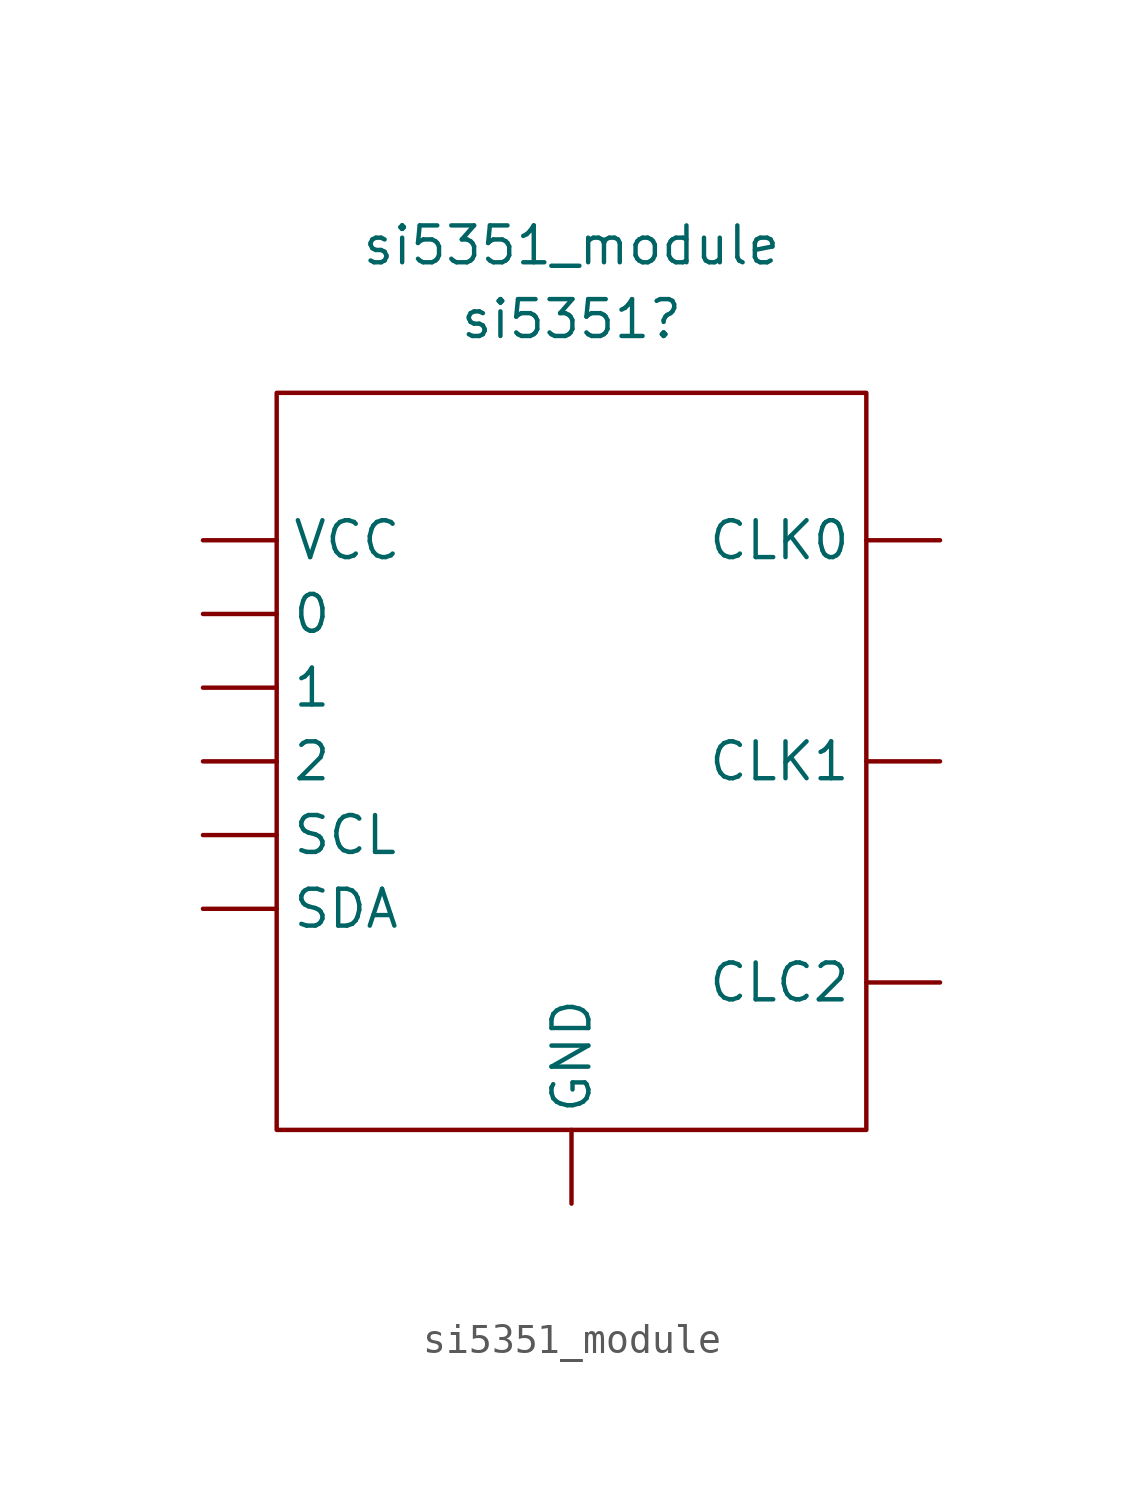
<source format=kicad_sym>
(kicad_symbol_lib
  (version 20211014)
  (generator kicad_symbol_editor)
  (symbol "si5351_module"
    (property "Reference" "si5351"
      (at -2.54 17.78 0)
      (effects (font (size 1.27 1.27))))
    (property "Value" "si5351_module"
      (at -2.54 20.32 0)
      (effects (font (size 1.27 1.27))))
    (symbol "si5351_module_0_1"
      (rectangle (start -12.7 15.24) (end 7.62 -10.16) (stroke (width 0) (type default) (color 0 0 0 0)) (fill (type none))))
    (symbol "si5351_module_1_1"
      (pin bidirectional line (at -15.24 7.62 0) (length 2.54) (name "0" (effects (font (size 1.27 1.27)))) (number "" (effects (font (size 1.27 1.27)))))
      (pin bidirectional line (at -15.24 5.08 0) (length 2.54) (name "1" (effects (font (size 1.27 1.27)))) (number "" (effects (font (size 1.27 1.27)))))
      (pin bidirectional line (at -15.24 2.54 0) (length 2.54) (name "2" (effects (font (size 1.27 1.27)))) (number "" (effects (font (size 1.27 1.27)))))
      (pin output line (at 10.16 -5.08 180) (length 2.54) (name "CLC2" (effects (font (size 1.27 1.27)))) (number "" (effects (font (size 1.27 1.27)))))
      (pin output line (at 10.16 10.16 180) (length 2.54) (name "CLK0" (effects (font (size 1.27 1.27)))) (number "" (effects (font (size 1.27 1.27)))))
      (pin output line (at 10.16 2.54 180) (length 2.54) (name "CLK1" (effects (font (size 1.27 1.27)))) (number "" (effects (font (size 1.27 1.27)))))
      (pin power_in line (at -2.54 -12.7 90) (length 2.54) (name "GND" (effects (font (size 1.27 1.27)))) (number "" (effects (font (size 1.27 1.27)))))
      (pin bidirectional line (at -15.24 0 0) (length 2.54) (name "SCL" (effects (font (size 1.27 1.27)))) (number "" (effects (font (size 1.27 1.27)))))
      (pin bidirectional line (at -15.24 -2.54 0) (length 2.54) (name "SDA" (effects (font (size 1.27 1.27)))) (number "" (effects (font (size 1.27 1.27)))))
      (pin power_in line (at -15.24 10.16 0) (length 2.54) (name "VCC" (effects (font (size 1.27 1.27)))) (number "" (effects (font (size 1.27 1.27))))))))
</source>
